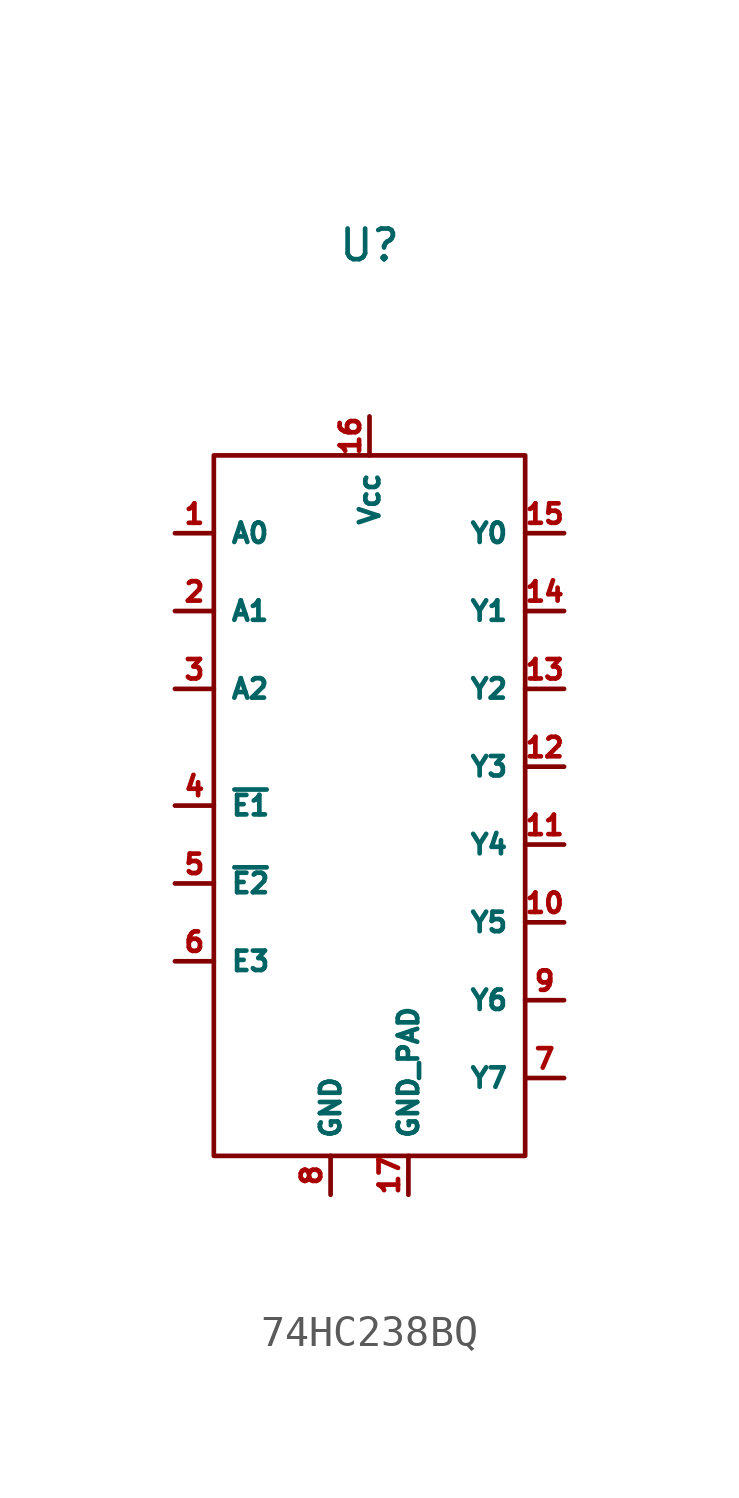
<source format=kicad_sym>
(kicad_symbol_lib
  (version 20231120)
  (generator "kicad_symbol_editor")
  (generator_version "8.0")
  (symbol "74HC238BQ"
    (property "Reference" "U"
      (at 0 10.668 0)
      (effects (font (size 1 1))))
    (property "Value" ""
      (at 0 0 0)
      (effects (font (size 1.27 1.27))))
    (symbol "74HC238BQ_0_1"
      (rectangle (start -5.08 3.81) (end 5.08 -19.05) (stroke (width 0) (type default)) (fill (type none))))
    (symbol "74HC238BQ_1_1"
      (pin input line (at -6.35 1.27 0) (length 1.27) (name "A0" (effects (font (size 0.635 0.635)))) (number "1" (effects (font (size 0.635 0.635)))))
      (pin output line (at 6.35 -11.43 180) (length 1.27) (name "Y5" (effects (font (size 0.635 0.635)))) (number "10" (effects (font (size 0.635 0.635)))))
      (pin output line (at 6.35 -8.89 180) (length 1.27) (name "Y4" (effects (font (size 0.635 0.635)))) (number "11" (effects (font (size 0.635 0.635)))))
      (pin output line (at 6.35 -6.35 180) (length 1.27) (name "Y3" (effects (font (size 0.635 0.635)))) (number "12" (effects (font (size 0.635 0.635)))))
      (pin output line (at 6.35 -3.81 180) (length 1.27) (name "Y2" (effects (font (size 0.635 0.635)))) (number "13" (effects (font (size 0.635 0.635)))))
      (pin output line (at 6.35 -1.27 180) (length 1.27) (name "Y1" (effects (font (size 0.635 0.635)))) (number "14" (effects (font (size 0.635 0.635)))))
      (pin output line (at 6.35 1.27 180) (length 1.27) (name "Y0" (effects (font (size 0.635 0.635)))) (number "15" (effects (font (size 0.635 0.635)))))
      (pin power_in line (at 0 5.08 270) (length 1.27) (name "Vcc" (effects (font (size 0.635 0.635)))) (number "16" (effects (font (size 0.635 0.635)))))
      (pin power_in line (at 1.27 -20.32 90) (length 1.27) (name "GND_PAD" (effects (font (size 0.635 0.635)))) (number "17" (effects (font (size 0.635 0.635)))))
      (pin input line (at -6.35 -1.27 0) (length 1.27) (name "A1" (effects (font (size 0.635 0.635)))) (number "2" (effects (font (size 0.635 0.635)))))
      (pin input line (at -6.35 -3.81 0) (length 1.27) (name "A2" (effects (font (size 0.635 0.635)))) (number "3" (effects (font (size 0.635 0.635)))))
      (pin input line (at -6.35 -7.62 0) (length 1.27) (name "~{E1}" (effects (font (size 0.635 0.635)))) (number "4" (effects (font (size 0.635 0.635)))))
      (pin input line (at -6.35 -10.16 0) (length 1.27) (name "~{E2}" (effects (font (size 0.635 0.635)))) (number "5" (effects (font (size 0.635 0.635)))))
      (pin input line (at -6.35 -12.7 0) (length 1.27) (name "E3" (effects (font (size 0.635 0.635)))) (number "6" (effects (font (size 0.635 0.635)))))
      (pin output line (at 6.35 -16.51 180) (length 1.27) (name "Y7" (effects (font (size 0.635 0.635)))) (number "7" (effects (font (size 0.635 0.635)))))
      (pin power_in line (at -1.27 -20.32 90) (length 1.27) (name "GND" (effects (font (size 0.635 0.635)))) (number "8" (effects (font (size 0.635 0.635)))))
      (pin output line (at 6.35 -13.97 180) (length 1.27) (name "Y6" (effects (font (size 0.635 0.635)))) (number "9" (effects (font (size 0.635 0.635))))))))
</source>
